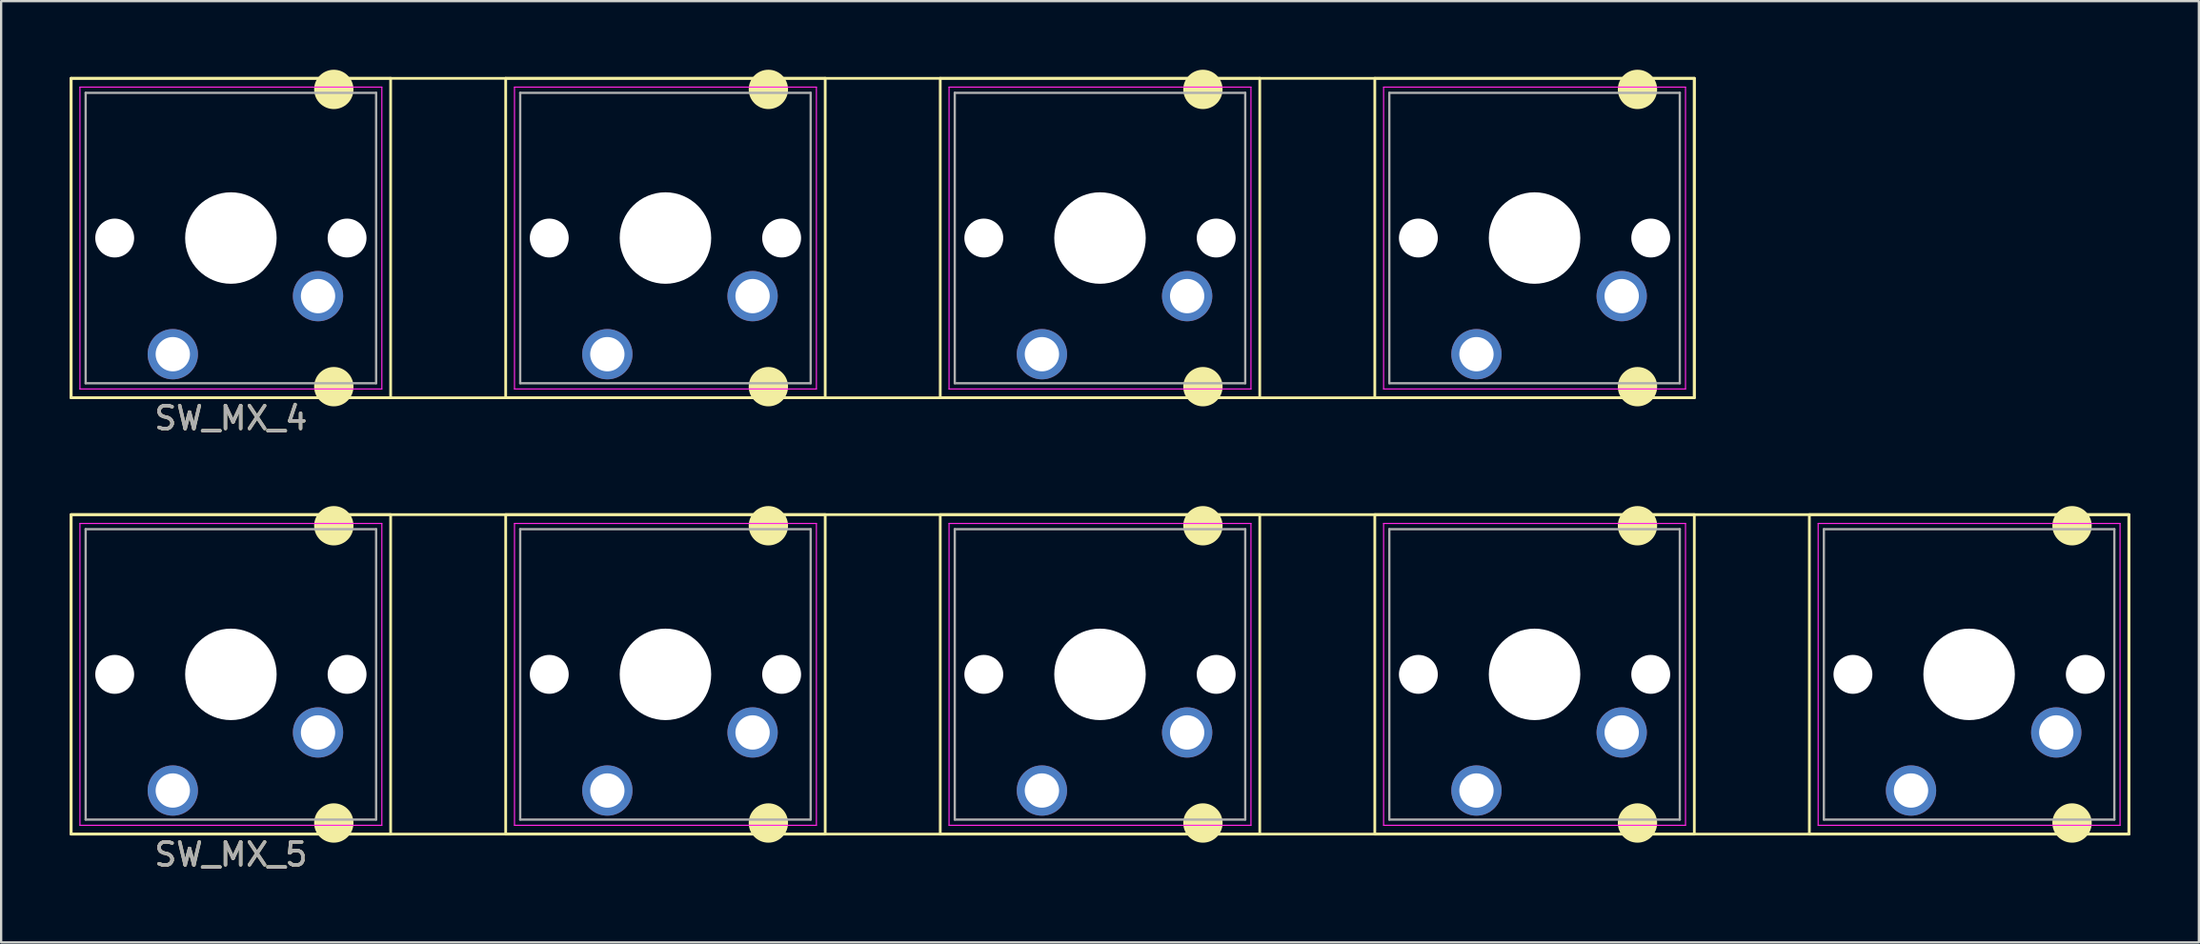
<source format=kicad_pcb>
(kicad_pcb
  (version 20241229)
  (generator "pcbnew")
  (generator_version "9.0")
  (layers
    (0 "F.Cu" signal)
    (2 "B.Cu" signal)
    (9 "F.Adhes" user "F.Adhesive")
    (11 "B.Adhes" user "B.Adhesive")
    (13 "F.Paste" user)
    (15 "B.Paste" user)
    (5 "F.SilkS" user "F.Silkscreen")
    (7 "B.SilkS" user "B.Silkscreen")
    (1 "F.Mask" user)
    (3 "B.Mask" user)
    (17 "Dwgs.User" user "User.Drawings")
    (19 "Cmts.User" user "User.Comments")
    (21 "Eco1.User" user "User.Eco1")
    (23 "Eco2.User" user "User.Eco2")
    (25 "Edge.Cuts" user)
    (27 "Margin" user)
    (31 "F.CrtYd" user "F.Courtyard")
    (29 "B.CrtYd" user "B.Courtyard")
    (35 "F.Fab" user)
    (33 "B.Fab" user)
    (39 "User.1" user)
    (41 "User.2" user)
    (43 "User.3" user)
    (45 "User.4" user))
  (footprint "SW_MX_5"
    (layer "F.Cu")
    (at 9.585 21.362)
    (property "Reference" "SW_MX_5" (at -2.54 12.954 180) (layer "F.SilkS") (effects (font (size 1 1) (thickness 0.15))))
    (attr through_hole)
    (fp_line (start -9.525 -1.905) (end 4.445 -1.905) (stroke (width 0.12) (type solid)) (layer "F.SilkS"))
    (fp_line (start -9.525 12.065) (end -9.525 -1.905) (stroke (width 0.12) (type solid)) (layer "F.SilkS"))
    (fp_line (start 4.445 -1.905) (end 4.445 12.065) (stroke (width 0.12) (type solid)) (layer "F.SilkS"))
    (fp_line (start 4.445 12.065) (end -9.525 12.065) (stroke (width 0.12) (type solid)) (layer "F.SilkS"))
    (fp_line (start 9.475 -1.905) (end 23.445 -1.905) (stroke (width 0.12) (type solid)) (layer "F.SilkS"))
    (fp_line (start 9.475 12.065) (end 9.475 -1.905) (stroke (width 0.12) (type solid)) (layer "F.SilkS"))
    (fp_line (start 23.445 -1.905) (end 23.445 12.065) (stroke (width 0.12) (type solid)) (layer "F.SilkS"))
    (fp_line (start 23.445 12.065) (end 9.475 12.065) (stroke (width 0.12) (type solid)) (layer "F.SilkS"))
    (fp_line (start 28.475 -1.905) (end 42.445 -1.905) (stroke (width 0.12) (type solid)) (layer "F.SilkS"))
    (fp_line (start 28.475 12.065) (end 28.475 -1.905) (stroke (width 0.12) (type solid)) (layer "F.SilkS"))
    (fp_line (start 42.445 -1.905) (end 42.445 12.065) (stroke (width 0.12) (type solid)) (layer "F.SilkS"))
    (fp_line (start 42.445 12.065) (end 28.475 12.065) (stroke (width 0.12) (type solid)) (layer "F.SilkS"))
    (fp_line (start 47.475 -1.905) (end 61.445 -1.905) (stroke (width 0.12) (type solid)) (layer "F.SilkS"))
    (fp_line (start 47.475 12.065) (end 47.475 -1.905) (stroke (width 0.12) (type solid)) (layer "F.SilkS"))
    (fp_line (start 61.445 -1.905) (end 61.445 12.065) (stroke (width 0.12) (type solid)) (layer "F.SilkS"))
    (fp_line (start 61.445 12.065) (end 47.475 12.065) (stroke (width 0.12) (type solid)) (layer "F.SilkS"))
    (fp_line (start 66.475 -1.905) (end 80.445 -1.905) (stroke (width 0.12) (type solid)) (layer "F.SilkS"))
    (fp_line (start 66.475 12.065) (end 66.475 -1.905) (stroke (width 0.12) (type solid)) (layer "F.SilkS"))
    (fp_line (start 80.445 -1.905) (end 80.445 12.065) (stroke (width 0.12) (type solid)) (layer "F.SilkS"))
    (fp_line (start 80.445 12.065) (end 66.475 12.065) (stroke (width 0.12) (type solid)) (layer "F.SilkS"))
    (fp_rect (start -9.525 -1.905) (end 80.445 12.065) (stroke (width 0.12) (type default)) (fill no) (layer "F.SilkS"))
    (fp_circle (center 1.96 -1.42) (end 2.76 -1.42) (stroke (width 0.12) (type solid)) (fill yes) (layer "F.SilkS"))
    (fp_circle (center 1.96 11.58) (end 2.76 11.58) (stroke (width 0.12) (type solid)) (fill yes) (layer "F.SilkS"))
    (fp_circle (center 20.96 -1.42) (end 21.76 -1.42) (stroke (width 0.12) (type solid)) (fill yes) (layer "F.SilkS"))
    (fp_circle (center 20.96 11.58) (end 21.76 11.58) (stroke (width 0.12) (type solid)) (fill yes) (layer "F.SilkS"))
    (fp_circle (center 39.96 -1.42) (end 40.76 -1.42) (stroke (width 0.12) (type solid)) (fill yes) (layer "F.SilkS"))
    (fp_circle (center 39.96 11.58) (end 40.76 11.58) (stroke (width 0.12) (type solid)) (fill yes) (layer "F.SilkS"))
    (fp_circle (center 58.96 -1.42) (end 59.76 -1.42) (stroke (width 0.12) (type solid)) (fill yes) (layer "F.SilkS"))
    (fp_circle (center 58.96 11.58) (end 59.76 11.58) (stroke (width 0.12) (type solid)) (fill yes) (layer "F.SilkS"))
    (fp_circle (center 77.96 -1.42) (end 78.76 -1.42) (stroke (width 0.12) (type solid)) (fill yes) (layer "F.SilkS"))
    (fp_circle (center 77.96 11.58) (end 78.76 11.58) (stroke (width 0.12) (type solid)) (fill yes) (layer "F.SilkS"))
    (fp_line (start -9.14 -1.52) (end 4.06 -1.52) (stroke (width 0.05) (type solid)) (layer "F.CrtYd"))
    (fp_line (start -9.14 11.68) (end -9.14 -1.52) (stroke (width 0.05) (type solid)) (layer "F.CrtYd"))
    (fp_line (start 4.06 -1.52) (end 4.06 11.68) (stroke (width 0.05) (type solid)) (layer "F.CrtYd"))
    (fp_line (start 4.06 11.68) (end -9.14 11.68) (stroke (width 0.05) (type solid)) (layer "F.CrtYd"))
    (fp_line (start 9.86 -1.52) (end 23.06 -1.52) (stroke (width 0.05) (type solid)) (layer "F.CrtYd"))
    (fp_line (start 9.86 11.68) (end 9.86 -1.52) (stroke (width 0.05) (type solid)) (layer "F.CrtYd"))
    (fp_line (start 23.06 -1.52) (end 23.06 11.68) (stroke (width 0.05) (type solid)) (layer "F.CrtYd"))
    (fp_line (start 23.06 11.68) (end 9.86 11.68) (stroke (width 0.05) (type solid)) (layer "F.CrtYd"))
    (fp_line (start 28.86 -1.52) (end 42.06 -1.52) (stroke (width 0.05) (type solid)) (layer "F.CrtYd"))
    (fp_line (start 28.86 11.68) (end 28.86 -1.52) (stroke (width 0.05) (type solid)) (layer "F.CrtYd"))
    (fp_line (start 42.06 -1.52) (end 42.06 11.68) (stroke (width 0.05) (type solid)) (layer "F.CrtYd"))
    (fp_line (start 42.06 11.68) (end 28.86 11.68) (stroke (width 0.05) (type solid)) (layer "F.CrtYd"))
    (fp_line (start 47.86 -1.52) (end 61.06 -1.52) (stroke (width 0.05) (type solid)) (layer "F.CrtYd"))
    (fp_line (start 47.86 11.68) (end 47.86 -1.52) (stroke (width 0.05) (type solid)) (layer "F.CrtYd"))
    (fp_line (start 61.06 -1.52) (end 61.06 11.68) (stroke (width 0.05) (type solid)) (layer "F.CrtYd"))
    (fp_line (start 61.06 11.68) (end 47.86 11.68) (stroke (width 0.05) (type solid)) (layer "F.CrtYd"))
    (fp_line (start 66.86 -1.52) (end 80.06 -1.52) (stroke (width 0.05) (type solid)) (layer "F.CrtYd"))
    (fp_line (start 66.86 11.68) (end 66.86 -1.52) (stroke (width 0.05) (type solid)) (layer "F.CrtYd"))
    (fp_line (start 80.06 -1.52) (end 80.06 11.68) (stroke (width 0.05) (type solid)) (layer "F.CrtYd"))
    (fp_line (start 80.06 11.68) (end 66.86 11.68) (stroke (width 0.05) (type solid)) (layer "F.CrtYd"))
    (fp_line (start -8.89 -1.27) (end 3.81 -1.27) (stroke (width 0.1) (type solid)) (layer "F.Fab"))
    (fp_line (start -8.89 11.43) (end -8.89 -1.27) (stroke (width 0.1) (type solid)) (layer "F.Fab"))
    (fp_line (start 3.81 -1.27) (end 3.81 11.43) (stroke (width 0.1) (type solid)) (layer "F.Fab"))
    (fp_line (start 3.81 11.43) (end -8.89 11.43) (stroke (width 0.1) (type solid)) (layer "F.Fab"))
    (fp_line (start 10.11 -1.27) (end 22.81 -1.27) (stroke (width 0.1) (type solid)) (layer "F.Fab"))
    (fp_line (start 10.11 11.43) (end 10.11 -1.27) (stroke (width 0.1) (type solid)) (layer "F.Fab"))
    (fp_line (start 22.81 -1.27) (end 22.81 11.43) (stroke (width 0.1) (type solid)) (layer "F.Fab"))
    (fp_line (start 22.81 11.43) (end 10.11 11.43) (stroke (width 0.1) (type solid)) (layer "F.Fab"))
    (fp_line (start 29.11 -1.27) (end 41.81 -1.27) (stroke (width 0.1) (type solid)) (layer "F.Fab"))
    (fp_line (start 29.11 11.43) (end 29.11 -1.27) (stroke (width 0.1) (type solid)) (layer "F.Fab"))
    (fp_line (start 41.81 -1.27) (end 41.81 11.43) (stroke (width 0.1) (type solid)) (layer "F.Fab"))
    (fp_line (start 41.81 11.43) (end 29.11 11.43) (stroke (width 0.1) (type solid)) (layer "F.Fab"))
    (fp_line (start 48.11 -1.27) (end 60.81 -1.27) (stroke (width 0.1) (type solid)) (layer "F.Fab"))
    (fp_line (start 48.11 11.43) (end 48.11 -1.27) (stroke (width 0.1) (type solid)) (layer "F.Fab"))
    (fp_line (start 60.81 -1.27) (end 60.81 11.43) (stroke (width 0.1) (type solid)) (layer "F.Fab"))
    (fp_line (start 60.81 11.43) (end 48.11 11.43) (stroke (width 0.1) (type solid)) (layer "F.Fab"))
    (fp_line (start 67.11 -1.27) (end 79.81 -1.27) (stroke (width 0.1) (type solid)) (layer "F.Fab"))
    (fp_line (start 67.11 11.43) (end 67.11 -1.27) (stroke (width 0.1) (type solid)) (layer "F.Fab"))
    (fp_line (start 79.81 -1.27) (end 79.81 11.43) (stroke (width 0.1) (type solid)) (layer "F.Fab"))
    (fp_line (start 79.81 11.43) (end 67.11 11.43) (stroke (width 0.1) (type solid)) (layer "F.Fab"))
    (fp_text user "${REFERENCE}" (at -2.54 12.954 180) (layer "F.Fab") (effects (font (size 1 1) (thickness 0.15))))
    (pad "" np_thru_hole circle (at -7.62 5.08 180) (size 1.7 1.7) (drill 1.7) (layers "*.Cu" "*.Mask"))
    (pad "" thru_hole circle (at -5.08 10.16 180) (size 2.2 2.2) (drill 1.5) (layers "*.Cu" "*.Mask"))
    (pad "" np_thru_hole circle (at -2.54 5.08 180) (size 4 4) (drill 4) (layers "*.Cu" "*.Mask"))
    (pad "" thru_hole circle (at 1.27 7.62 180) (size 2.2 2.2) (drill 1.5) (layers "*.Cu" "*.Mask"))
    (pad "" np_thru_hole circle (at 2.54 5.08 180) (size 1.7 1.7) (drill 1.7) (layers "*.Cu" "*.Mask"))
    (pad "" np_thru_hole circle (at 11.38 5.08 180) (size 1.7 1.7) (drill 1.7) (layers "*.Cu" "*.Mask"))
    (pad "" thru_hole circle (at 13.92 10.16 180) (size 2.2 2.2) (drill 1.5) (layers "*.Cu" "*.Mask"))
    (pad "" np_thru_hole circle (at 16.46 5.08 180) (size 4 4) (drill 4) (layers "*.Cu" "*.Mask"))
    (pad "" thru_hole circle (at 20.27 7.62 180) (size 2.2 2.2) (drill 1.5) (layers "*.Cu" "*.Mask"))
    (pad "" np_thru_hole circle (at 21.54 5.08 180) (size 1.7 1.7) (drill 1.7) (layers "*.Cu" "*.Mask"))
    (pad "" np_thru_hole circle (at 30.38 5.08 180) (size 1.7 1.7) (drill 1.7) (layers "*.Cu" "*.Mask"))
    (pad "" thru_hole circle (at 32.92 10.16 180) (size 2.2 2.2) (drill 1.5) (layers "*.Cu" "*.Mask"))
    (pad "" np_thru_hole circle (at 35.46 5.08 180) (size 4 4) (drill 4) (layers "*.Cu" "*.Mask"))
    (pad "" thru_hole circle (at 39.27 7.62 180) (size 2.2 2.2) (drill 1.5) (layers "*.Cu" "*.Mask"))
    (pad "" np_thru_hole circle (at 40.54 5.08 180) (size 1.7 1.7) (drill 1.7) (layers "*.Cu" "*.Mask"))
    (pad "" np_thru_hole circle (at 49.38 5.08 180) (size 1.7 1.7) (drill 1.7) (layers "*.Cu" "*.Mask"))
    (pad "" thru_hole circle (at 51.92 10.16 180) (size 2.2 2.2) (drill 1.5) (layers "*.Cu" "*.Mask"))
    (pad "" np_thru_hole circle (at 54.46 5.08 180) (size 4 4) (drill 4) (layers "*.Cu" "*.Mask"))
    (pad "" thru_hole circle (at 58.27 7.62 180) (size 2.2 2.2) (drill 1.5) (layers "*.Cu" "*.Mask"))
    (pad "" np_thru_hole circle (at 59.54 5.08 180) (size 1.7 1.7) (drill 1.7) (layers "*.Cu" "*.Mask"))
    (pad "" np_thru_hole circle (at 68.38 5.08 180) (size 1.7 1.7) (drill 1.7) (layers "*.Cu" "*.Mask"))
    (pad "" thru_hole circle (at 70.92 10.16 180) (size 2.2 2.2) (drill 1.5) (layers "*.Cu" "*.Mask"))
    (pad "" np_thru_hole circle (at 73.46 5.08 180) (size 4 4) (drill 4) (layers "*.Cu" "*.Mask"))
    (pad "" thru_hole circle (at 77.27 7.62 180) (size 2.2 2.2) (drill 1.5) (layers "*.Cu" "*.Mask"))
    (pad "" np_thru_hole circle (at 78.54 5.08 180) (size 1.7 1.7) (drill 1.7) (layers "*.Cu" "*.Mask")))
  (footprint "SW_MX_4"
    (layer "F.Cu")
    (at 9.585 2.28)
    (property "Reference" "SW_MX_4" (at -2.54 12.954 180) (layer "F.SilkS") (effects (font (size 1 1) (thickness 0.15))))
    (attr through_hole)
    (fp_line (start -9.525 -1.905) (end 4.445 -1.905) (stroke (width 0.12) (type solid)) (layer "F.SilkS"))
    (fp_line (start -9.525 12.065) (end -9.525 -1.905) (stroke (width 0.12) (type solid)) (layer "F.SilkS"))
    (fp_line (start 4.445 -1.905) (end 4.445 12.065) (stroke (width 0.12) (type solid)) (layer "F.SilkS"))
    (fp_line (start 4.445 12.065) (end -9.525 12.065) (stroke (width 0.12) (type solid)) (layer "F.SilkS"))
    (fp_line (start 9.475 -1.905) (end 23.445 -1.905) (stroke (width 0.12) (type solid)) (layer "F.SilkS"))
    (fp_line (start 9.475 12.065) (end 9.475 -1.905) (stroke (width 0.12) (type solid)) (layer "F.SilkS"))
    (fp_line (start 23.445 -1.905) (end 23.445 12.065) (stroke (width 0.12) (type solid)) (layer "F.SilkS"))
    (fp_line (start 23.445 12.065) (end 9.475 12.065) (stroke (width 0.12) (type solid)) (layer "F.SilkS"))
    (fp_line (start 28.475 -1.905) (end 42.445 -1.905) (stroke (width 0.12) (type solid)) (layer "F.SilkS"))
    (fp_line (start 28.475 12.065) (end 28.475 -1.905) (stroke (width 0.12) (type solid)) (layer "F.SilkS"))
    (fp_line (start 42.445 -1.905) (end 42.445 12.065) (stroke (width 0.12) (type solid)) (layer "F.SilkS"))
    (fp_line (start 42.445 12.065) (end 28.475 12.065) (stroke (width 0.12) (type solid)) (layer "F.SilkS"))
    (fp_line (start 47.475 -1.905) (end 61.445 -1.905) (stroke (width 0.12) (type solid)) (layer "F.SilkS"))
    (fp_line (start 47.475 12.065) (end 47.475 -1.905) (stroke (width 0.12) (type solid)) (layer "F.SilkS"))
    (fp_line (start 61.445 -1.905) (end 61.445 12.065) (stroke (width 0.12) (type solid)) (layer "F.SilkS"))
    (fp_line (start 61.445 12.065) (end 47.475 12.065) (stroke (width 0.12) (type solid)) (layer "F.SilkS"))
    (fp_rect (start -9.525 -1.905) (end 61.445 12.065) (stroke (width 0.12) (type default)) (fill no) (layer "F.SilkS"))
    (fp_circle (center 1.96 -1.42) (end 2.76 -1.42) (stroke (width 0.12) (type solid)) (fill yes) (layer "F.SilkS"))
    (fp_circle (center 1.96 11.58) (end 2.76 11.58) (stroke (width 0.12) (type solid)) (fill yes) (layer "F.SilkS"))
    (fp_circle (center 20.96 -1.42) (end 21.76 -1.42) (stroke (width 0.12) (type solid)) (fill yes) (layer "F.SilkS"))
    (fp_circle (center 20.96 11.58) (end 21.76 11.58) (stroke (width 0.12) (type solid)) (fill yes) (layer "F.SilkS"))
    (fp_circle (center 39.96 -1.42) (end 40.76 -1.42) (stroke (width 0.12) (type solid)) (fill yes) (layer "F.SilkS"))
    (fp_circle (center 39.96 11.58) (end 40.76 11.58) (stroke (width 0.12) (type solid)) (fill yes) (layer "F.SilkS"))
    (fp_circle (center 58.96 -1.42) (end 59.76 -1.42) (stroke (width 0.12) (type solid)) (fill yes) (layer "F.SilkS"))
    (fp_circle (center 58.96 11.58) (end 59.76 11.58) (stroke (width 0.12) (type solid)) (fill yes) (layer "F.SilkS"))
    (fp_line (start -9.14 -1.52) (end 4.06 -1.52) (stroke (width 0.05) (type solid)) (layer "F.CrtYd"))
    (fp_line (start -9.14 11.68) (end -9.14 -1.52) (stroke (width 0.05) (type solid)) (layer "F.CrtYd"))
    (fp_line (start 4.06 -1.52) (end 4.06 11.68) (stroke (width 0.05) (type solid)) (layer "F.CrtYd"))
    (fp_line (start 4.06 11.68) (end -9.14 11.68) (stroke (width 0.05) (type solid)) (layer "F.CrtYd"))
    (fp_line (start 9.86 -1.52) (end 23.06 -1.52) (stroke (width 0.05) (type solid)) (layer "F.CrtYd"))
    (fp_line (start 9.86 11.68) (end 9.86 -1.52) (stroke (width 0.05) (type solid)) (layer "F.CrtYd"))
    (fp_line (start 23.06 -1.52) (end 23.06 11.68) (stroke (width 0.05) (type solid)) (layer "F.CrtYd"))
    (fp_line (start 23.06 11.68) (end 9.86 11.68) (stroke (width 0.05) (type solid)) (layer "F.CrtYd"))
    (fp_line (start 28.86 -1.52) (end 42.06 -1.52) (stroke (width 0.05) (type solid)) (layer "F.CrtYd"))
    (fp_line (start 28.86 11.68) (end 28.86 -1.52) (stroke (width 0.05) (type solid)) (layer "F.CrtYd"))
    (fp_line (start 42.06 -1.52) (end 42.06 11.68) (stroke (width 0.05) (type solid)) (layer "F.CrtYd"))
    (fp_line (start 42.06 11.68) (end 28.86 11.68) (stroke (width 0.05) (type solid)) (layer "F.CrtYd"))
    (fp_line (start 47.86 -1.52) (end 61.06 -1.52) (stroke (width 0.05) (type solid)) (layer "F.CrtYd"))
    (fp_line (start 47.86 11.68) (end 47.86 -1.52) (stroke (width 0.05) (type solid)) (layer "F.CrtYd"))
    (fp_line (start 61.06 -1.52) (end 61.06 11.68) (stroke (width 0.05) (type solid)) (layer "F.CrtYd"))
    (fp_line (start 61.06 11.68) (end 47.86 11.68) (stroke (width 0.05) (type solid)) (layer "F.CrtYd"))
    (fp_line (start -8.89 -1.27) (end 3.81 -1.27) (stroke (width 0.1) (type solid)) (layer "F.Fab"))
    (fp_line (start -8.89 11.43) (end -8.89 -1.27) (stroke (width 0.1) (type solid)) (layer "F.Fab"))
    (fp_line (start 3.81 -1.27) (end 3.81 11.43) (stroke (width 0.1) (type solid)) (layer "F.Fab"))
    (fp_line (start 3.81 11.43) (end -8.89 11.43) (stroke (width 0.1) (type solid)) (layer "F.Fab"))
    (fp_line (start 10.11 -1.27) (end 22.81 -1.27) (stroke (width 0.1) (type solid)) (layer "F.Fab"))
    (fp_line (start 10.11 11.43) (end 10.11 -1.27) (stroke (width 0.1) (type solid)) (layer "F.Fab"))
    (fp_line (start 22.81 -1.27) (end 22.81 11.43) (stroke (width 0.1) (type solid)) (layer "F.Fab"))
    (fp_line (start 22.81 11.43) (end 10.11 11.43) (stroke (width 0.1) (type solid)) (layer "F.Fab"))
    (fp_line (start 29.11 -1.27) (end 41.81 -1.27) (stroke (width 0.1) (type solid)) (layer "F.Fab"))
    (fp_line (start 29.11 11.43) (end 29.11 -1.27) (stroke (width 0.1) (type solid)) (layer "F.Fab"))
    (fp_line (start 41.81 -1.27) (end 41.81 11.43) (stroke (width 0.1) (type solid)) (layer "F.Fab"))
    (fp_line (start 41.81 11.43) (end 29.11 11.43) (stroke (width 0.1) (type solid)) (layer "F.Fab"))
    (fp_line (start 48.11 -1.27) (end 60.81 -1.27) (stroke (width 0.1) (type solid)) (layer "F.Fab"))
    (fp_line (start 48.11 11.43) (end 48.11 -1.27) (stroke (width 0.1) (type solid)) (layer "F.Fab"))
    (fp_line (start 60.81 -1.27) (end 60.81 11.43) (stroke (width 0.1) (type solid)) (layer "F.Fab"))
    (fp_line (start 60.81 11.43) (end 48.11 11.43) (stroke (width 0.1) (type solid)) (layer "F.Fab"))
    (fp_text user "${REFERENCE}" (at -2.54 12.954 180) (layer "F.Fab") (effects (font (size 1 1) (thickness 0.15))))
    (pad "" np_thru_hole circle (at -7.62 5.08 180) (size 1.7 1.7) (drill 1.7) (layers "*.Cu" "*.Mask"))
    (pad "" thru_hole circle (at -5.08 10.16 180) (size 2.2 2.2) (drill 1.5) (layers "*.Cu" "*.Mask"))
    (pad "" np_thru_hole circle (at -2.54 5.08 180) (size 4 4) (drill 4) (layers "*.Cu" "*.Mask"))
    (pad "" thru_hole circle (at 1.27 7.62 180) (size 2.2 2.2) (drill 1.5) (layers "*.Cu" "*.Mask"))
    (pad "" np_thru_hole circle (at 2.54 5.08 180) (size 1.7 1.7) (drill 1.7) (layers "*.Cu" "*.Mask"))
    (pad "" np_thru_hole circle (at 11.38 5.08 180) (size 1.7 1.7) (drill 1.7) (layers "*.Cu" "*.Mask"))
    (pad "" thru_hole circle (at 13.92 10.16 180) (size 2.2 2.2) (drill 1.5) (layers "*.Cu" "*.Mask"))
    (pad "" np_thru_hole circle (at 16.46 5.08 180) (size 4 4) (drill 4) (layers "*.Cu" "*.Mask"))
    (pad "" thru_hole circle (at 20.27 7.62 180) (size 2.2 2.2) (drill 1.5) (layers "*.Cu" "*.Mask"))
    (pad "" np_thru_hole circle (at 21.54 5.08 180) (size 1.7 1.7) (drill 1.7) (layers "*.Cu" "*.Mask"))
    (pad "" np_thru_hole circle (at 30.38 5.08 180) (size 1.7 1.7) (drill 1.7) (layers "*.Cu" "*.Mask"))
    (pad "" thru_hole circle (at 32.92 10.16 180) (size 2.2 2.2) (drill 1.5) (layers "*.Cu" "*.Mask"))
    (pad "" np_thru_hole circle (at 35.46 5.08 180) (size 4 4) (drill 4) (layers "*.Cu" "*.Mask"))
    (pad "" thru_hole circle (at 39.27 7.62 180) (size 2.2 2.2) (drill 1.5) (layers "*.Cu" "*.Mask"))
    (pad "" np_thru_hole circle (at 40.54 5.08 180) (size 1.7 1.7) (drill 1.7) (layers "*.Cu" "*.Mask"))
    (pad "" np_thru_hole circle (at 49.38 5.08 180) (size 1.7 1.7) (drill 1.7) (layers "*.Cu" "*.Mask"))
    (pad "" thru_hole circle (at 51.92 10.16 180) (size 2.2 2.2) (drill 1.5) (layers "*.Cu" "*.Mask"))
    (pad "" np_thru_hole circle (at 54.46 5.08 180) (size 4 4) (drill 4) (layers "*.Cu" "*.Mask"))
    (pad "" thru_hole circle (at 58.27 7.62 180) (size 2.2 2.2) (drill 1.5) (layers "*.Cu" "*.Mask"))
    (pad "" np_thru_hole circle (at 59.54 5.08 180) (size 1.7 1.7) (drill 1.7) (layers "*.Cu" "*.Mask")))
  (gr_rect
    (start -3 -3)
    (end 93.09 38.164)
    (stroke (width 0.1) (type default))
    (fill no)
    (layer "Edge.Cuts")))
</source>
